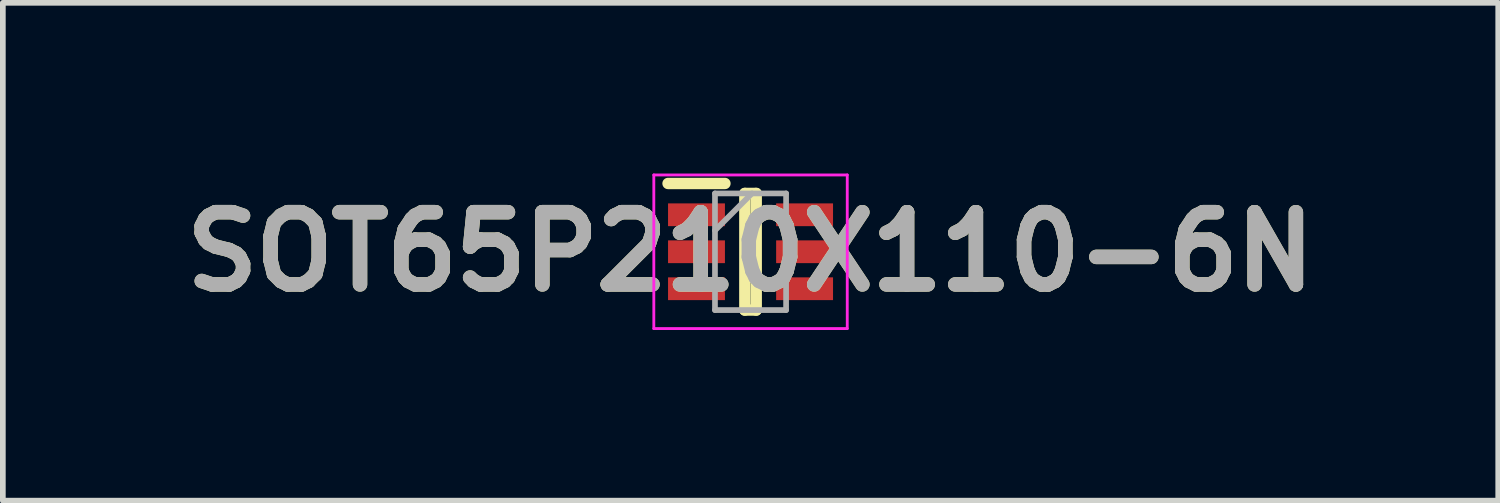
<source format=kicad_pcb>
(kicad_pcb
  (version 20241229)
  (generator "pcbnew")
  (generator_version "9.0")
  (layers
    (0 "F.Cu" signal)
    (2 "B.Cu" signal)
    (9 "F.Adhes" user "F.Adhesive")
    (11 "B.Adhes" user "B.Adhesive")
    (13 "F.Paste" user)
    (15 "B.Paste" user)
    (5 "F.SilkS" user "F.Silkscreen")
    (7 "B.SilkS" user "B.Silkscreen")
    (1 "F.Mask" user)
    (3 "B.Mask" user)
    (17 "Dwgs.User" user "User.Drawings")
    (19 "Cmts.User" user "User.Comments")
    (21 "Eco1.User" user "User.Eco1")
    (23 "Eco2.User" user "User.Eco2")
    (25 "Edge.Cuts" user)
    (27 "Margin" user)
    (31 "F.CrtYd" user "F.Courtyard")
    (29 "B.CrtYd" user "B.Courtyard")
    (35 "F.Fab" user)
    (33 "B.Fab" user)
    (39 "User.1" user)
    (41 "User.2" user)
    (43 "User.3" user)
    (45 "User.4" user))
  (footprint "SOT65P210X110-6N"
    (layer "F.Cu")
    (at 10.142 1.375)
    (property "Reference" "SOT65P210X110-6N" (at 0 0 0) (layer "F.SilkS") (effects (font (size 1.27 1.27) (thickness 0.254))))
    (attr smd)
    (fp_line (start -1.45 -1.2) (end -0.45 -1.2) (stroke (width 0.2) (type solid)) (layer "F.SilkS"))
    (fp_line (start -0.1 -1.025) (end 0.1 -1.025) (stroke (width 0.2) (type solid)) (layer "F.SilkS"))
    (fp_line (start -0.1 1.025) (end -0.1 -1.025) (stroke (width 0.2) (type solid)) (layer "F.SilkS"))
    (fp_line (start 0.1 -1.025) (end 0.1 1.025) (stroke (width 0.2) (type solid)) (layer "F.SilkS"))
    (fp_line (start 0.1 1.025) (end -0.1 1.025) (stroke (width 0.2) (type solid)) (layer "F.SilkS"))
    (fp_line (start -1.7 -1.35) (end 1.7 -1.35) (stroke (width 0.05) (type solid)) (layer "F.CrtYd"))
    (fp_line (start -1.7 1.35) (end -1.7 -1.35) (stroke (width 0.05) (type solid)) (layer "F.CrtYd"))
    (fp_line (start 1.7 -1.35) (end 1.7 1.35) (stroke (width 0.05) (type solid)) (layer "F.CrtYd"))
    (fp_line (start 1.7 1.35) (end -1.7 1.35) (stroke (width 0.05) (type solid)) (layer "F.CrtYd"))
    (fp_line (start -0.625 -1.025) (end 0.625 -1.025) (stroke (width 0.1) (type solid)) (layer "F.Fab"))
    (fp_line (start -0.625 -0.375) (end 0.025 -1.025) (stroke (width 0.1) (type solid)) (layer "F.Fab"))
    (fp_line (start -0.625 1.025) (end -0.625 -1.025) (stroke (width 0.1) (type solid)) (layer "F.Fab"))
    (fp_line (start 0.625 -1.025) (end 0.625 1.025) (stroke (width 0.1) (type solid)) (layer "F.Fab"))
    (fp_line (start 0.625 1.025) (end -0.625 1.025) (stroke (width 0.1) (type solid)) (layer "F.Fab"))
    (fp_text user "${REFERENCE}" (at 0 0 0) (layer "F.Fab") (effects (font (size 1.27 1.27) (thickness 0.254))))
    (pad "1" smd rect (at -0.95 -0.65 90) (size 0.4 1) (layers "F.Cu" "F.Mask" "F.Paste"))
    (pad "2" smd rect (at -0.95 0 90) (size 0.4 1) (layers "F.Cu" "F.Mask" "F.Paste"))
    (pad "3" smd rect (at -0.95 0.65 90) (size 0.4 1) (layers "F.Cu" "F.Mask" "F.Paste"))
    (pad "4" smd rect (at 0.95 0.65 90) (size 0.4 1) (layers "F.Cu" "F.Mask" "F.Paste"))
    (pad "5" smd rect (at 0.95 0 90) (size 0.4 1) (layers "F.Cu" "F.Mask" "F.Paste"))
    (pad "6" smd rect (at 0.95 -0.65 90) (size 0.4 1) (layers "F.Cu" "F.Mask" "F.Paste")))
  (gr_rect
    (start -3 -3)
    (end 23.284 5.75)
    (stroke (width 0.1) (type default))
    (fill no)
    (layer "Edge.Cuts")))
</source>
